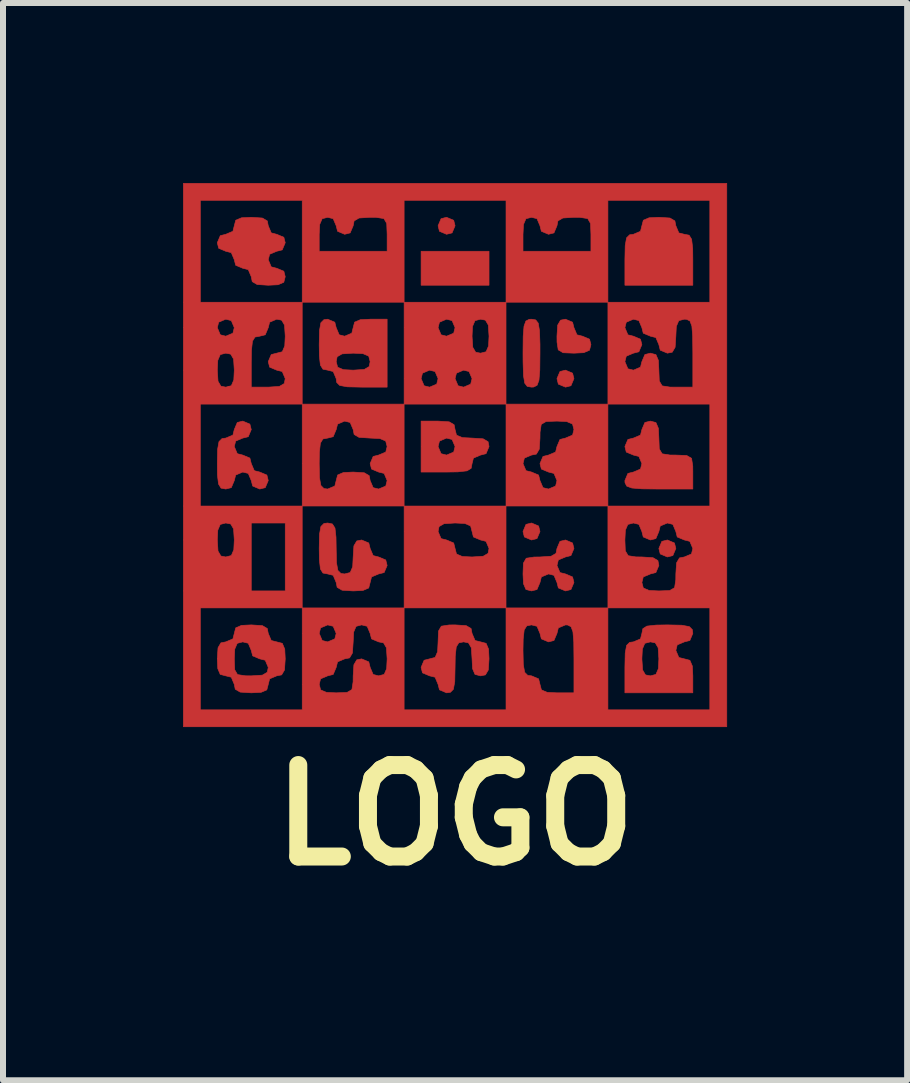
<source format=kicad_pcb>
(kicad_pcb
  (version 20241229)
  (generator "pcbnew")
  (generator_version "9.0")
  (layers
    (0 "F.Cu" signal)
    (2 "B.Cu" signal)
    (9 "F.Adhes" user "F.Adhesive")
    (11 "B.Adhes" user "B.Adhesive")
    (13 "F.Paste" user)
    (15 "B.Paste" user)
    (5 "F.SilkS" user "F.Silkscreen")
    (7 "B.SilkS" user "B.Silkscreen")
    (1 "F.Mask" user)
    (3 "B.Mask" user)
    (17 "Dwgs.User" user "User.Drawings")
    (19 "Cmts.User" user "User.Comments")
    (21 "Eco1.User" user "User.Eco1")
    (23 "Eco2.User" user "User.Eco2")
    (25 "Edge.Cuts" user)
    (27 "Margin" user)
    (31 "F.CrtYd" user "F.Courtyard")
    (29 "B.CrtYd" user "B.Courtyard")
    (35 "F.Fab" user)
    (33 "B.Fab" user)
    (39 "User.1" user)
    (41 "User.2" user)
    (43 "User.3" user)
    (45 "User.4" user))
  (footprint "LOGO"
    (layer "F.Cu")
    (at 4.533 4.533)
    (property "Reference" "LOGO" (at 0 6 0) (layer "F.SilkS") (effects (font (size 1.524 1.524) (thickness 0.3))))
    (attr through_hole board_only exclude_from_pos_files exclude_from_bom)
    (fp_poly (pts (xy 0.566 -2.83) (xy -0.566 -2.83) (xy -0.566 -3.396) (xy 0.566 -3.396) (xy 0.566 -2.83)) (stroke (width 0.01) (type solid)) (fill yes) (layer "F.Cu"))
    (fp_poly (pts (xy -0.023 -3.912) (xy 0 -3.821) (xy -0.05 -3.702) (xy -0.142 -3.679) (xy -0.26 -3.729) (xy -0.283 -3.821) (xy -0.233 -3.939) (xy -0.142 -3.962) (xy -0.023 -3.912)) (stroke (width 0.01) (type solid)) (fill yes) (layer "F.Cu"))
    (fp_poly (pts (xy 1.392 1.182) (xy 1.415 1.274) (xy 1.365 1.392) (xy 1.274 1.415) (xy 1.155 1.365) (xy 1.132 1.274) (xy 1.182 1.155) (xy 1.274 1.132) (xy 1.392 1.182)) (stroke (width 0.01) (type solid)) (fill yes) (layer "F.Cu"))
    (fp_poly (pts (xy 1.958 -1.365) (xy 1.981 -1.274) (xy 1.931 -1.155) (xy 1.84 -1.132) (xy 1.721 -1.182) (xy 1.698 -1.274) (xy 1.748 -1.392) (xy 1.84 -1.415) (xy 1.958 -1.365)) (stroke (width 0.01) (type solid)) (fill yes) (layer "F.Cu"))
    (fp_poly (pts (xy 3.656 1.465) (xy 3.679 1.557) (xy 3.629 1.675) (xy 3.538 1.698) (xy 3.419 1.648) (xy 3.396 1.557) (xy 3.446 1.438) (xy 3.538 1.415) (xy 3.656 1.465)) (stroke (width 0.01) (type solid)) (fill yes) (layer "F.Cu"))
    (fp_poly (pts (xy 1.958 -2.214) (xy 1.981 -2.123) (xy 2.031 -2.004) (xy 2.123 -1.981) (xy 2.241 -1.931) (xy 2.264 -1.84) (xy 2.24 -1.747) (xy 2.144 -1.706) (xy 1.981 -1.698) (xy 1.8 -1.705) (xy 1.719 -1.753) (xy 1.699 -1.882) (xy 1.698 -1.981) (xy 1.71 -2.166) (xy 1.758 -2.248) (xy 1.84 -2.264) (xy 1.958 -2.214)) (stroke (width 0.01) (type solid)) (fill yes) (layer "F.Cu"))
    (fp_poly (pts (xy 1.344 -2.252) (xy 1.386 -2.198) (xy 1.407 -2.072) (xy 1.415 -1.847) (xy 1.415 -1.698) (xy 1.412 -1.416) (xy 1.398 -1.247) (xy 1.367 -1.163) (xy 1.311 -1.134) (xy 1.274 -1.132) (xy 1.203 -1.144) (xy 1.161 -1.198) (xy 1.14 -1.324) (xy 1.133 -1.549) (xy 1.132 -1.698) (xy 1.135 -1.98) (xy 1.149 -2.149) (xy 1.18 -2.234) (xy 1.236 -2.262) (xy 1.274 -2.264) (xy 1.344 -2.252)) (stroke (width 0.01) (type solid)) (fill yes) (layer "F.Cu"))
    (fp_poly (pts (xy 3.581 -3.95) (xy 3.663 -3.902) (xy 3.679 -3.821) (xy 3.729 -3.702) (xy 3.821 -3.679) (xy 3.9 -3.664) (xy 3.942 -3.596) (xy 3.96 -3.443) (xy 3.962 -3.255) (xy 3.962 -2.83) (xy 2.83 -2.83) (xy 2.83 -3.255) (xy 2.835 -3.492) (xy 2.858 -3.62) (xy 2.909 -3.671) (xy 2.972 -3.679) (xy 3.09 -3.729) (xy 3.113 -3.821) (xy 3.137 -3.913) (xy 3.233 -3.954) (xy 3.396 -3.962) (xy 3.581 -3.95)) (stroke (width 0.01) (type solid)) (fill yes) (layer "F.Cu"))
    (fp_poly (pts (xy -0.098 -0.554) (xy -0.016 -0.506) (xy 0 -0.425) (xy 0.024 -0.332) (xy 0.12 -0.291) (xy 0.283 -0.283) (xy 0.468 -0.271) (xy 0.55 -0.223) (xy 0.566 -0.142) (xy 0.516 -0.023) (xy 0.425 0) (xy 0.306 0.05) (xy 0.283 0.142) (xy 0.268 0.221) (xy 0.199 0.263) (xy 0.047 0.28) (xy -0.142 0.283) (xy -0.566 0.283) (xy -0.566 -0.142) (xy -0.283 -0.142) (xy -0.233 -0.023) (xy -0.142 0) (xy -0.023 -0.05) (xy 0 -0.142) (xy -0.05 -0.26) (xy -0.142 -0.283) (xy -0.26 -0.233) (xy -0.283 -0.142) (xy -0.566 -0.142) (xy -0.566 -0.566) (xy -0.283 -0.566) (xy -0.098 -0.554)) (stroke (width 0.01) (type solid)) (fill yes) (layer "F.Cu"))
    (fp_poly (pts (xy 1.958 1.465) (xy 1.981 1.557) (xy 1.931 1.675) (xy 1.84 1.698) (xy 1.721 1.748) (xy 1.698 1.84) (xy 1.748 1.958) (xy 1.84 1.981) (xy 1.958 2.031) (xy 1.981 2.123) (xy 1.931 2.241) (xy 1.84 2.264) (xy 1.721 2.214) (xy 1.698 2.123) (xy 1.648 2.004) (xy 1.557 1.981) (xy 1.438 2.031) (xy 1.415 2.123) (xy 1.365 2.241) (xy 1.274 2.264) (xy 1.181 2.24) (xy 1.14 2.144) (xy 1.132 1.981) (xy 1.139 1.8) (xy 1.186 1.719) (xy 1.316 1.699) (xy 1.415 1.698) (xy 1.6 1.686) (xy 1.682 1.638) (xy 1.698 1.557) (xy 1.748 1.438) (xy 1.84 1.415) (xy 1.958 1.465)) (stroke (width 0.01) (type solid)) (fill yes) (layer "F.Cu"))
    (fp_poly (pts (xy 3.347 -0.542) (xy 3.388 -0.446) (xy 3.396 -0.283) (xy 3.403 -0.102) (xy 3.451 -0.021) (xy 3.58 -0.001) (xy 3.679 0) (xy 3.86 0.007) (xy 3.941 0.054) (xy 3.961 0.184) (xy 3.962 0.283) (xy 3.962 0.566) (xy 3.396 0.566) (xy 3.114 0.563) (xy 2.945 0.549) (xy 2.861 0.518) (xy 2.832 0.462) (xy 2.83 0.425) (xy 2.88 0.306) (xy 2.972 0.283) (xy 3.09 0.233) (xy 3.113 0.142) (xy 3.063 0.023) (xy 2.972 0) (xy 2.853 -0.05) (xy 2.83 -0.142) (xy 2.88 -0.26) (xy 2.972 -0.283) (xy 3.09 -0.333) (xy 3.113 -0.425) (xy 3.163 -0.543) (xy 3.255 -0.566) (xy 3.347 -0.542)) (stroke (width 0.01) (type solid)) (fill yes) (layer "F.Cu"))
    (fp_poly (pts (xy -3.419 -0.516) (xy -3.396 -0.425) (xy -3.446 -0.306) (xy -3.538 -0.283) (xy -3.656 -0.233) (xy -3.679 -0.142) (xy -3.629 -0.023) (xy -3.538 0) (xy -3.419 0.05) (xy -3.396 0.142) (xy -3.346 0.26) (xy -3.255 0.283) (xy -3.136 0.333) (xy -3.113 0.425) (xy -3.163 0.543) (xy -3.255 0.566) (xy -3.373 0.516) (xy -3.396 0.425) (xy -3.446 0.306) (xy -3.538 0.283) (xy -3.656 0.333) (xy -3.679 0.425) (xy -3.729 0.543) (xy -3.821 0.566) (xy -3.9 0.551) (xy -3.942 0.482) (xy -3.96 0.33) (xy -3.962 0.142) (xy -3.957 -0.096) (xy -3.934 -0.224) (xy -3.883 -0.275) (xy -3.821 -0.283) (xy -3.702 -0.333) (xy -3.679 -0.425) (xy -3.629 -0.543) (xy -3.538 -0.566) (xy -3.419 -0.516)) (stroke (width 0.01) (type solid)) (fill yes) (layer "F.Cu"))
    (fp_poly (pts (xy -3.211 -3.95) (xy -3.129 -3.902) (xy -3.113 -3.821) (xy -3.063 -3.702) (xy -2.972 -3.679) (xy -2.853 -3.629) (xy -2.83 -3.538) (xy -2.88 -3.419) (xy -2.972 -3.396) (xy -3.09 -3.346) (xy -3.113 -3.255) (xy -3.063 -3.136) (xy -2.972 -3.113) (xy -2.853 -3.063) (xy -2.83 -2.972) (xy -2.854 -2.879) (xy -2.95 -2.838) (xy -3.113 -2.83) (xy -3.298 -2.842) (xy -3.38 -2.89) (xy -3.396 -2.972) (xy -3.446 -3.09) (xy -3.538 -3.113) (xy -3.656 -3.163) (xy -3.679 -3.255) (xy -3.729 -3.373) (xy -3.821 -3.396) (xy -3.939 -3.446) (xy -3.962 -3.538) (xy -3.912 -3.656) (xy -3.821 -3.679) (xy -3.702 -3.729) (xy -3.679 -3.821) (xy -3.655 -3.913) (xy -3.559 -3.954) (xy -3.396 -3.962) (xy -3.211 -3.95)) (stroke (width 0.01) (type solid)) (fill yes) (layer "F.Cu"))
    (fp_poly (pts (xy -2.044 1.148) (xy -2.001 1.216) (xy -1.984 1.369) (xy -1.981 1.557) (xy -1.976 1.794) (xy -1.953 1.922) (xy -1.902 1.973) (xy -1.84 1.981) (xy -1.747 1.957) (xy -1.706 1.861) (xy -1.698 1.698) (xy -1.686 1.513) (xy -1.638 1.431) (xy -1.557 1.415) (xy -1.438 1.465) (xy -1.415 1.557) (xy -1.365 1.675) (xy -1.274 1.698) (xy -1.155 1.748) (xy -1.132 1.84) (xy -1.182 1.958) (xy -1.274 1.981) (xy -1.392 2.031) (xy -1.415 2.123) (xy -1.439 2.215) (xy -1.535 2.256) (xy -1.698 2.264) (xy -1.883 2.252) (xy -1.965 2.204) (xy -1.981 2.123) (xy -2.031 2.004) (xy -2.123 1.981) (xy -2.202 1.966) (xy -2.244 1.898) (xy -2.261 1.745) (xy -2.264 1.557) (xy -2.259 1.319) (xy -2.236 1.191) (xy -2.185 1.14) (xy -2.123 1.132) (xy -2.044 1.148)) (stroke (width 0.01) (type solid)) (fill yes) (layer "F.Cu"))
    (fp_poly (pts (xy 0.185 2.842) (xy 0.267 2.89) (xy 0.283 2.972) (xy 0.333 3.09) (xy 0.425 3.113) (xy 0.517 3.137) (xy 0.558 3.233) (xy 0.566 3.396) (xy 0.554 3.581) (xy 0.506 3.663) (xy 0.425 3.679) (xy 0.332 3.655) (xy 0.291 3.559) (xy 0.283 3.396) (xy 0.271 3.211) (xy 0.223 3.129) (xy 0.142 3.113) (xy 0.062 3.129) (xy 0.02 3.197) (xy 0.003 3.35) (xy 0 3.538) (xy -0.005 3.775) (xy -0.028 3.903) (xy -0.079 3.954) (xy -0.142 3.962) (xy -0.26 3.912) (xy -0.283 3.821) (xy -0.333 3.702) (xy -0.425 3.679) (xy -0.543 3.629) (xy -0.566 3.538) (xy -0.516 3.419) (xy -0.425 3.396) (xy -0.332 3.372) (xy -0.291 3.276) (xy -0.283 3.113) (xy -0.276 2.932) (xy -0.229 2.851) (xy -0.099 2.831) (xy 0 2.83) (xy 0.185 2.842)) (stroke (width 0.01) (type solid)) (fill yes) (layer "F.Cu"))
    (fp_poly (pts (xy -1.132 -1.132) (xy -1.557 -1.132) (xy -1.794 -1.137) (xy -1.922 -1.16) (xy -1.973 -1.211) (xy -1.981 -1.274) (xy -2.031 -1.392) (xy -2.123 -1.415) (xy -2.202 -1.431) (xy -2.244 -1.499) (xy -2.251 -1.557) (xy -1.981 -1.557) (xy -1.957 -1.464) (xy -1.861 -1.423) (xy -1.698 -1.415) (xy -1.513 -1.427) (xy -1.431 -1.475) (xy -1.415 -1.557) (xy -1.439 -1.649) (xy -1.535 -1.69) (xy -1.698 -1.698) (xy -1.883 -1.686) (xy -1.965 -1.638) (xy -1.981 -1.557) (xy -2.251 -1.557) (xy -2.261 -1.652) (xy -2.264 -1.84) (xy -2.259 -2.077) (xy -2.236 -2.205) (xy -2.185 -2.256) (xy -2.123 -2.264) (xy -2.004 -2.214) (xy -1.981 -2.123) (xy -1.931 -2.004) (xy -1.84 -1.981) (xy -1.721 -2.031) (xy -1.698 -2.123) (xy -1.674 -2.215) (xy -1.578 -2.256) (xy -1.415 -2.264) (xy -1.132 -2.264) (xy -1.132 -1.132)) (stroke (width 0.01) (type solid)) (fill yes) (layer "F.Cu"))
    (fp_poly (pts (xy 3.775 2.835) (xy 3.903 2.858) (xy 3.954 2.909) (xy 3.962 2.972) (xy 3.912 3.09) (xy 3.821 3.113) (xy 3.702 3.163) (xy 3.679 3.255) (xy 3.729 3.373) (xy 3.821 3.396) (xy 3.913 3.42) (xy 3.954 3.516) (xy 3.962 3.679) (xy 3.962 3.962) (xy 2.83 3.962) (xy 2.83 3.538) (xy 2.833 3.396) (xy 3.113 3.396) (xy 3.125 3.581) (xy 3.173 3.663) (xy 3.255 3.679) (xy 3.347 3.655) (xy 3.388 3.559) (xy 3.396 3.396) (xy 3.384 3.211) (xy 3.336 3.129) (xy 3.255 3.113) (xy 3.162 3.137) (xy 3.121 3.233) (xy 3.113 3.396) (xy 2.833 3.396) (xy 2.835 3.301) (xy 2.858 3.172) (xy 2.909 3.121) (xy 2.972 3.113) (xy 3.09 3.063) (xy 3.113 2.972) (xy 3.129 2.893) (xy 3.197 2.85) (xy 3.35 2.833) (xy 3.538 2.83) (xy 3.775 2.835)) (stroke (width 0.01) (type solid)) (fill yes) (layer "F.Cu"))
    (fp_poly (pts (xy -3.211 2.842) (xy -3.129 2.89) (xy -3.113 2.972) (xy -3.063 3.09) (xy -2.972 3.113) (xy -2.879 3.137) (xy -2.838 3.233) (xy -2.83 3.396) (xy -2.842 3.581) (xy -2.89 3.663) (xy -2.972 3.679) (xy -3.09 3.729) (xy -3.113 3.821) (xy -3.137 3.913) (xy -3.233 3.954) (xy -3.396 3.962) (xy -3.581 3.95) (xy -3.663 3.902) (xy -3.679 3.821) (xy -3.729 3.702) (xy -3.821 3.679) (xy -3.913 3.655) (xy -3.954 3.559) (xy -3.962 3.396) (xy -3.679 3.396) (xy -3.672 3.577) (xy -3.625 3.658) (xy -3.495 3.678) (xy -3.396 3.679) (xy -3.211 3.667) (xy -3.129 3.619) (xy -3.113 3.538) (xy -3.163 3.419) (xy -3.255 3.396) (xy -3.373 3.346) (xy -3.396 3.255) (xy -3.446 3.136) (xy -3.538 3.113) (xy -3.63 3.137) (xy -3.671 3.233) (xy -3.679 3.396) (xy -3.962 3.396) (xy -3.95 3.211) (xy -3.902 3.129) (xy -3.821 3.113) (xy -3.702 3.063) (xy -3.679 2.972) (xy -3.655 2.879) (xy -3.559 2.838) (xy -3.396 2.83) (xy -3.211 2.842)) (stroke (width 0.01) (type solid)) (fill yes) (layer "F.Cu"))
    (fp_poly (pts (xy 2.547 -0.849) (xy 2.547 0.849) (xy 0.849 0.849) (xy 0.849 2.547) (xy -0.849 2.547) (xy -0.849 1.274) (xy -0.283 1.274) (xy -0.233 1.392) (xy -0.142 1.415) (xy -0.023 1.465) (xy 0 1.557) (xy 0.024 1.649) (xy 0.12 1.69) (xy 0.283 1.698) (xy 0.468 1.686) (xy 0.55 1.638) (xy 0.566 1.557) (xy 0.516 1.438) (xy 0.425 1.415) (xy 0.306 1.365) (xy 0.283 1.274) (xy 0.259 1.181) (xy 0.163 1.14) (xy 0 1.132) (xy -0.185 1.144) (xy -0.267 1.192) (xy -0.283 1.274) (xy -0.849 1.274) (xy -0.849 0.849) (xy -2.547 0.849) (xy -2.547 0.142) (xy -2.264 0.142) (xy -2.259 0.379) (xy -2.236 0.507) (xy -2.185 0.558) (xy -2.123 0.566) (xy -2.004 0.516) (xy -1.981 0.425) (xy -1.957 0.332) (xy -1.861 0.291) (xy -1.698 0.283) (xy -1.513 0.295) (xy -1.431 0.343) (xy -1.415 0.425) (xy -1.365 0.543) (xy -1.274 0.566) (xy -1.155 0.516) (xy -1.132 0.425) (xy -1.182 0.306) (xy -1.274 0.283) (xy -1.392 0.233) (xy -1.415 0.142) (xy -1.365 0.023) (xy -1.274 0) (xy -1.155 -0.05) (xy -1.132 -0.142) (xy -1.156 -0.234) (xy -1.252 -0.275) (xy -1.415 -0.283) (xy -1.6 -0.295) (xy -1.682 -0.343) (xy -1.698 -0.425) (xy -1.748 -0.543) (xy -1.84 -0.566) (xy -1.958 -0.516) (xy -1.981 -0.425) (xy -2.031 -0.306) (xy -2.123 -0.283) (xy -2.202 -0.268) (xy -2.244 -0.199) (xy -2.261 -0.047) (xy -2.264 0.142) (xy -2.547 0.142) (xy -2.547 -0.849) (xy -0.849 -0.849) (xy -0.849 0.849) (xy 0.849 0.849) (xy 0.849 0.142) (xy 1.132 0.142) (xy 1.182 0.26) (xy 1.274 0.283) (xy 1.392 0.333) (xy 1.415 0.425) (xy 1.465 0.543) (xy 1.557 0.566) (xy 1.675 0.516) (xy 1.698 0.425) (xy 1.648 0.306) (xy 1.557 0.283) (xy 1.438 0.233) (xy 1.415 0.142) (xy 1.465 0.023) (xy 1.557 0) (xy 1.675 -0.05) (xy 1.698 -0.142) (xy 1.748 -0.26) (xy 1.84 -0.283) (xy 1.958 -0.333) (xy 1.981 -0.425) (xy 1.957 -0.517) (xy 1.861 -0.558) (xy 1.698 -0.566) (xy 1.517 -0.559) (xy 1.436 -0.512) (xy 1.416 -0.382) (xy 1.415 -0.283) (xy 1.403 -0.098) (xy 1.355 -0.016) (xy 1.274 0) (xy 1.155 0.05) (xy 1.132 0.142) (xy 0.849 0.142) (xy 0.849 -0.849) (xy -0.849 -0.849) (xy -0.849 -1.274) (xy -0.566 -1.274) (xy -0.516 -1.155) (xy -0.425 -1.132) (xy -0.306 -1.182) (xy -0.283 -1.274) (xy 0 -1.274) (xy 0.05 -1.155) (xy 0.142 -1.132) (xy 0.26 -1.182) (xy 0.283 -1.274) (xy 0.233 -1.392) (xy 0.142 -1.415) (xy 0.023 -1.365) (xy 0 -1.274) (xy -0.283 -1.274) (xy -0.333 -1.392) (xy -0.425 -1.415) (xy -0.543 -1.365) (xy -0.566 -1.274) (xy -0.849 -1.274) (xy -0.849 -2.123) (xy -0.283 -2.123) (xy -0.233 -2.004) (xy -0.142 -1.981) (xy 0.283 -1.981) (xy 0.295 -1.796) (xy 0.343 -1.714) (xy 0.425 -1.698) (xy 0.517 -1.722) (xy 0.558 -1.818) (xy 0.566 -1.981) (xy 0.554 -2.166) (xy 0.506 -2.248) (xy 0.425 -2.264) (xy 0.332 -2.24) (xy 0.291 -2.144) (xy 0.283 -1.981) (xy -0.142 -1.981) (xy -0.023 -2.031) (xy 0 -2.123) (xy -0.05 -2.241) (xy -0.142 -2.264) (xy -0.26 -2.214) (xy -0.283 -2.123) (xy -0.849 -2.123) (xy -0.849 -2.547) (xy 0.849 -2.547) (xy 0.849 -0.849) (xy 2.547 -0.849)) (stroke (width 0.01) (type solid)) (fill yes) (layer "F.Cu"))
    (fp_poly (pts (xy 4.528 4.528) (xy -4.528 4.528) (xy -4.528 2.547) (xy -4.245 2.547) (xy -4.245 4.245) (xy -2.547 4.245) (xy -2.547 3.821) (xy -2.264 3.821) (xy -2.24 3.913) (xy -2.144 3.954) (xy -1.981 3.962) (xy -1.8 3.955) (xy -1.719 3.908) (xy -1.699 3.778) (xy -1.698 3.679) (xy -1.686 3.494) (xy -1.638 3.412) (xy -1.557 3.396) (xy -1.438 3.446) (xy -1.415 3.538) (xy -1.365 3.656) (xy -1.274 3.679) (xy -1.181 3.655) (xy -1.14 3.559) (xy -1.132 3.396) (xy -1.144 3.211) (xy -1.192 3.129) (xy -1.274 3.113) (xy -1.392 3.063) (xy -1.415 2.972) (xy -1.465 2.853) (xy -1.557 2.83) (xy -1.649 2.854) (xy -1.69 2.95) (xy -1.698 3.113) (xy -1.71 3.298) (xy -1.758 3.38) (xy -1.84 3.396) (xy -1.958 3.446) (xy -1.981 3.538) (xy -2.031 3.656) (xy -2.123 3.679) (xy -2.241 3.729) (xy -2.264 3.821) (xy -2.547 3.821) (xy -2.547 2.972) (xy -2.264 2.972) (xy -2.214 3.09) (xy -2.123 3.113) (xy -2.004 3.063) (xy -1.981 2.972) (xy -2.031 2.853) (xy -2.123 2.83) (xy -2.241 2.88) (xy -2.264 2.972) (xy -2.547 2.972) (xy -2.547 2.547) (xy -4.245 2.547) (xy -4.528 2.547) (xy -4.528 1.415) (xy -3.962 1.415) (xy -3.95 1.6) (xy -3.902 1.682) (xy -3.821 1.698) (xy -3.728 1.674) (xy -3.687 1.578) (xy -3.679 1.415) (xy -3.691 1.23) (xy -3.739 1.148) (xy -3.821 1.132) (xy -3.396 1.132) (xy -3.396 2.264) (xy -2.83 2.264) (xy -2.83 1.132) (xy -3.396 1.132) (xy -3.821 1.132) (xy -3.913 1.156) (xy -3.954 1.252) (xy -3.962 1.415) (xy -4.528 1.415) (xy -4.528 -0.849) (xy -4.245 -0.849) (xy -4.245 0.849) (xy -2.547 0.849) (xy -2.547 2.547) (xy -0.849 2.547) (xy -0.849 4.245) (xy 0.849 4.245) (xy 0.849 3.255) (xy 1.132 3.255) (xy 1.137 3.492) (xy 1.16 3.62) (xy 1.211 3.671) (xy 1.274 3.679) (xy 1.392 3.729) (xy 1.415 3.821) (xy 1.439 3.913) (xy 1.535 3.954) (xy 1.698 3.962) (xy 1.981 3.962) (xy 1.981 3.396) (xy 1.978 3.114) (xy 1.964 2.945) (xy 1.933 2.861) (xy 1.877 2.832) (xy 1.84 2.83) (xy 1.721 2.88) (xy 1.698 2.972) (xy 1.648 3.09) (xy 1.557 3.113) (xy 1.438 3.063) (xy 1.415 2.972) (xy 1.365 2.853) (xy 1.274 2.83) (xy 1.195 2.846) (xy 1.152 2.914) (xy 1.135 3.067) (xy 1.132 3.255) (xy 0.849 3.255) (xy 0.849 2.547) (xy 2.547 2.547) (xy 2.547 4.245) (xy 4.245 4.245) (xy 4.245 2.547) (xy 2.547 2.547) (xy 2.547 1.415) (xy 2.83 1.415) (xy 2.837 1.596) (xy 2.885 1.677) (xy 3.014 1.697) (xy 3.113 1.698) (xy 3.298 1.71) (xy 3.38 1.758) (xy 3.396 1.84) (xy 3.346 1.958) (xy 3.255 1.981) (xy 3.136 2.031) (xy 3.113 2.123) (xy 3.137 2.215) (xy 3.233 2.256) (xy 3.396 2.264) (xy 3.577 2.257) (xy 3.658 2.21) (xy 3.678 2.08) (xy 3.679 1.981) (xy 3.691 1.796) (xy 3.739 1.714) (xy 3.821 1.698) (xy 3.939 1.648) (xy 3.962 1.557) (xy 3.912 1.438) (xy 3.821 1.415) (xy 3.702 1.365) (xy 3.679 1.274) (xy 3.629 1.155) (xy 3.538 1.132) (xy 3.419 1.182) (xy 3.396 1.274) (xy 3.346 1.392) (xy 3.255 1.415) (xy 3.136 1.365) (xy 3.113 1.274) (xy 3.063 1.155) (xy 2.972 1.132) (xy 2.879 1.156) (xy 2.838 1.252) (xy 2.83 1.415) (xy 2.547 1.415) (xy 2.547 0.849) (xy 4.245 0.849) (xy 4.245 -0.849) (xy 2.547 -0.849) (xy 2.547 -2.123) (xy 2.83 -2.123) (xy 2.88 -2.004) (xy 2.972 -1.981) (xy 3.09 -1.931) (xy 3.113 -1.84) (xy 3.063 -1.721) (xy 2.972 -1.698) (xy 2.853 -1.648) (xy 2.83 -1.557) (xy 2.88 -1.438) (xy 2.972 -1.415) (xy 3.09 -1.465) (xy 3.113 -1.557) (xy 3.163 -1.675) (xy 3.255 -1.698) (xy 3.347 -1.674) (xy 3.388 -1.578) (xy 3.396 -1.415) (xy 3.403 -1.234) (xy 3.451 -1.153) (xy 3.58 -1.133) (xy 3.679 -1.132) (xy 3.962 -1.132) (xy 3.962 -1.698) (xy 3.959 -1.98) (xy 3.946 -2.149) (xy 3.914 -2.234) (xy 3.858 -2.262) (xy 3.821 -2.264) (xy 3.728 -2.24) (xy 3.687 -2.144) (xy 3.679 -1.981) (xy 3.667 -1.796) (xy 3.619 -1.714) (xy 3.538 -1.698) (xy 3.419 -1.748) (xy 3.396 -1.84) (xy 3.346 -1.958) (xy 3.255 -1.981) (xy 3.136 -2.031) (xy 3.113 -2.123) (xy 3.063 -2.241) (xy 2.972 -2.264) (xy 2.853 -2.214) (xy 2.83 -2.123) (xy 2.547 -2.123) (xy 2.547 -2.547) (xy 0.849 -2.547) (xy 0.849 -3.679) (xy 1.132 -3.679) (xy 1.132 -3.396) (xy 2.264 -3.396) (xy 2.264 -3.679) (xy 2.257 -3.86) (xy 2.21 -3.941) (xy 2.08 -3.961) (xy 1.981 -3.962) (xy 1.796 -3.95) (xy 1.714 -3.902) (xy 1.698 -3.821) (xy 1.648 -3.702) (xy 1.557 -3.679) (xy 1.438 -3.729) (xy 1.415 -3.821) (xy 1.365 -3.939) (xy 1.274 -3.962) (xy 1.181 -3.938) (xy 1.14 -3.842) (xy 1.132 -3.679) (xy 0.849 -3.679) (xy 0.849 -4.245) (xy 2.547 -4.245) (xy 2.547 -2.547) (xy 4.245 -2.547) (xy 4.245 -4.245) (xy 2.547 -4.245) (xy 0.849 -4.245) (xy -0.849 -4.245) (xy -0.849 -2.547) (xy -2.547 -2.547) (xy -2.547 -0.849) (xy -4.245 -0.849) (xy -4.528 -0.849) (xy -4.528 -1.415) (xy -3.962 -1.415) (xy -3.95 -1.23) (xy -3.902 -1.148) (xy -3.821 -1.132) (xy -3.728 -1.156) (xy -3.687 -1.252) (xy -3.679 -1.415) (xy -3.688 -1.557) (xy -3.396 -1.557) (xy -3.396 -1.132) (xy -3.113 -1.132) (xy -2.928 -1.144) (xy -2.846 -1.192) (xy -2.83 -1.274) (xy -2.88 -1.392) (xy -2.972 -1.415) (xy -3.09 -1.465) (xy -3.113 -1.557) (xy -3.063 -1.675) (xy -2.972 -1.698) (xy -2.879 -1.722) (xy -2.838 -1.818) (xy -2.83 -1.981) (xy -2.842 -2.166) (xy -2.89 -2.248) (xy -2.972 -2.264) (xy -3.09 -2.214) (xy -3.113 -2.123) (xy -3.163 -2.004) (xy -3.255 -1.981) (xy -3.334 -1.966) (xy -3.376 -1.898) (xy -3.393 -1.745) (xy -3.396 -1.557) (xy -3.688 -1.557) (xy -3.691 -1.6) (xy -3.739 -1.682) (xy -3.821 -1.698) (xy -3.913 -1.674) (xy -3.954 -1.578) (xy -3.962 -1.415) (xy -4.528 -1.415) (xy -4.528 -2.123) (xy -3.962 -2.123) (xy -3.912 -2.004) (xy -3.821 -1.981) (xy -3.702 -2.031) (xy -3.679 -2.123) (xy -3.729 -2.241) (xy -3.821 -2.264) (xy -3.939 -2.214) (xy -3.962 -2.123) (xy -4.528 -2.123) (xy -4.528 -4.245) (xy -4.245 -4.245) (xy -4.245 -2.547) (xy -2.547 -2.547) (xy -2.547 -3.679) (xy -2.264 -3.679) (xy -2.264 -3.396) (xy -1.132 -3.396) (xy -1.132 -3.679) (xy -1.139 -3.86) (xy -1.186 -3.941) (xy -1.316 -3.961) (xy -1.415 -3.962) (xy -1.6 -3.95) (xy -1.682 -3.902) (xy -1.698 -3.821) (xy -1.748 -3.702) (xy -1.84 -3.679) (xy -1.958 -3.729) (xy -1.981 -3.821) (xy -2.031 -3.939) (xy -2.123 -3.962) (xy -2.215 -3.938) (xy -2.256 -3.842) (xy -2.264 -3.679) (xy -2.547 -3.679) (xy -2.547 -4.245) (xy -4.245 -4.245) (xy -4.528 -4.245) (xy -4.528 -4.528) (xy 4.528 -4.528) (xy 4.528 4.528)) (stroke (width 0.01) (type solid)) (fill yes) (layer "F.Cu")))
  (gr_rect
    (start -3 -3)
    (end 12.066 14.951)
    (stroke (width 0.1) (type default))
    (fill no)
    (layer "Edge.Cuts")))
</source>
